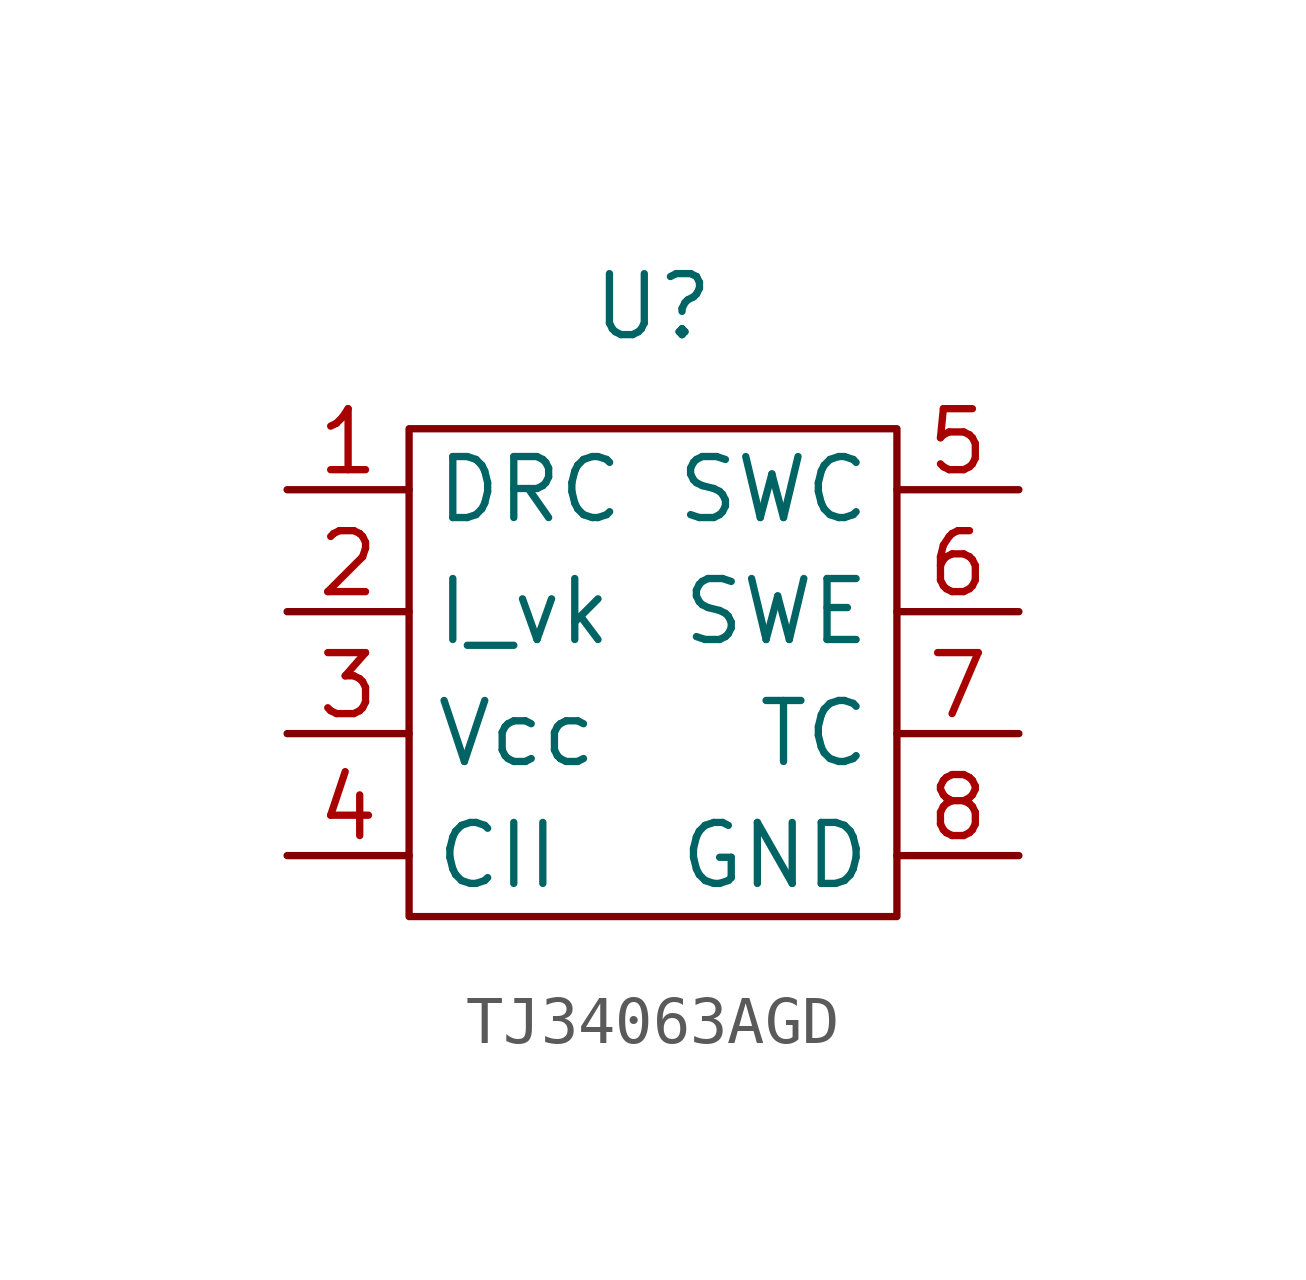
<source format=kicad_sym>
(kicad_symbol_lib
  (version 20220914)
  (generator kicad_symbol_editor)
  (symbol "TJ34063AGD"
    (property "Reference" "U"
      (at 0 0 0)
      (effects (font (size 1.27 1.27))))
    (property "Value" ""
      (at 0 0 0)
      (effects (font (size 1.27 1.27))))
    (symbol "TJ34063AGD_0_1"
      (polyline (pts (xy -5.08 -2.54) (xy 5.08 -2.54) (xy 5.08 -12.7) (xy -5.08 -12.7) (xy -5.08 -2.54)) (stroke (width 0) (type default)) (fill (type none))))
    (symbol "TJ34063AGD_1_1"
      (pin input line (at -7.62 -3.81 0) (length 2.54) (name "DRC" (effects (font (size 1.27 1.27)))) (number "1" (effects (font (size 1.27 1.27)))))
      (pin input line (at -7.62 -6.35 0) (length 2.54) (name "I_vk" (effects (font (size 1.27 1.27)))) (number "2" (effects (font (size 1.27 1.27)))))
      (pin input line (at -7.62 -8.89 0) (length 2.54) (name "Vcc" (effects (font (size 1.27 1.27)))) (number "3" (effects (font (size 1.27 1.27)))))
      (pin input line (at -7.62 -11.43 0) (length 2.54) (name "CII" (effects (font (size 1.27 1.27)))) (number "4" (effects (font (size 1.27 1.27)))))
      (pin input line (at 7.62 -3.81 180) (length 2.54) (name "SWC" (effects (font (size 1.27 1.27)))) (number "5" (effects (font (size 1.27 1.27)))))
      (pin input line (at 7.62 -6.35 180) (length 2.54) (name "SWE" (effects (font (size 1.27 1.27)))) (number "6" (effects (font (size 1.27 1.27)))))
      (pin input line (at 7.62 -8.89 180) (length 2.54) (name "TC" (effects (font (size 1.27 1.27)))) (number "7" (effects (font (size 1.27 1.27)))))
      (pin input line (at 7.62 -11.43 180) (length 2.54) (name "GND" (effects (font (size 1.27 1.27)))) (number "8" (effects (font (size 1.27 1.27))))))))
</source>
